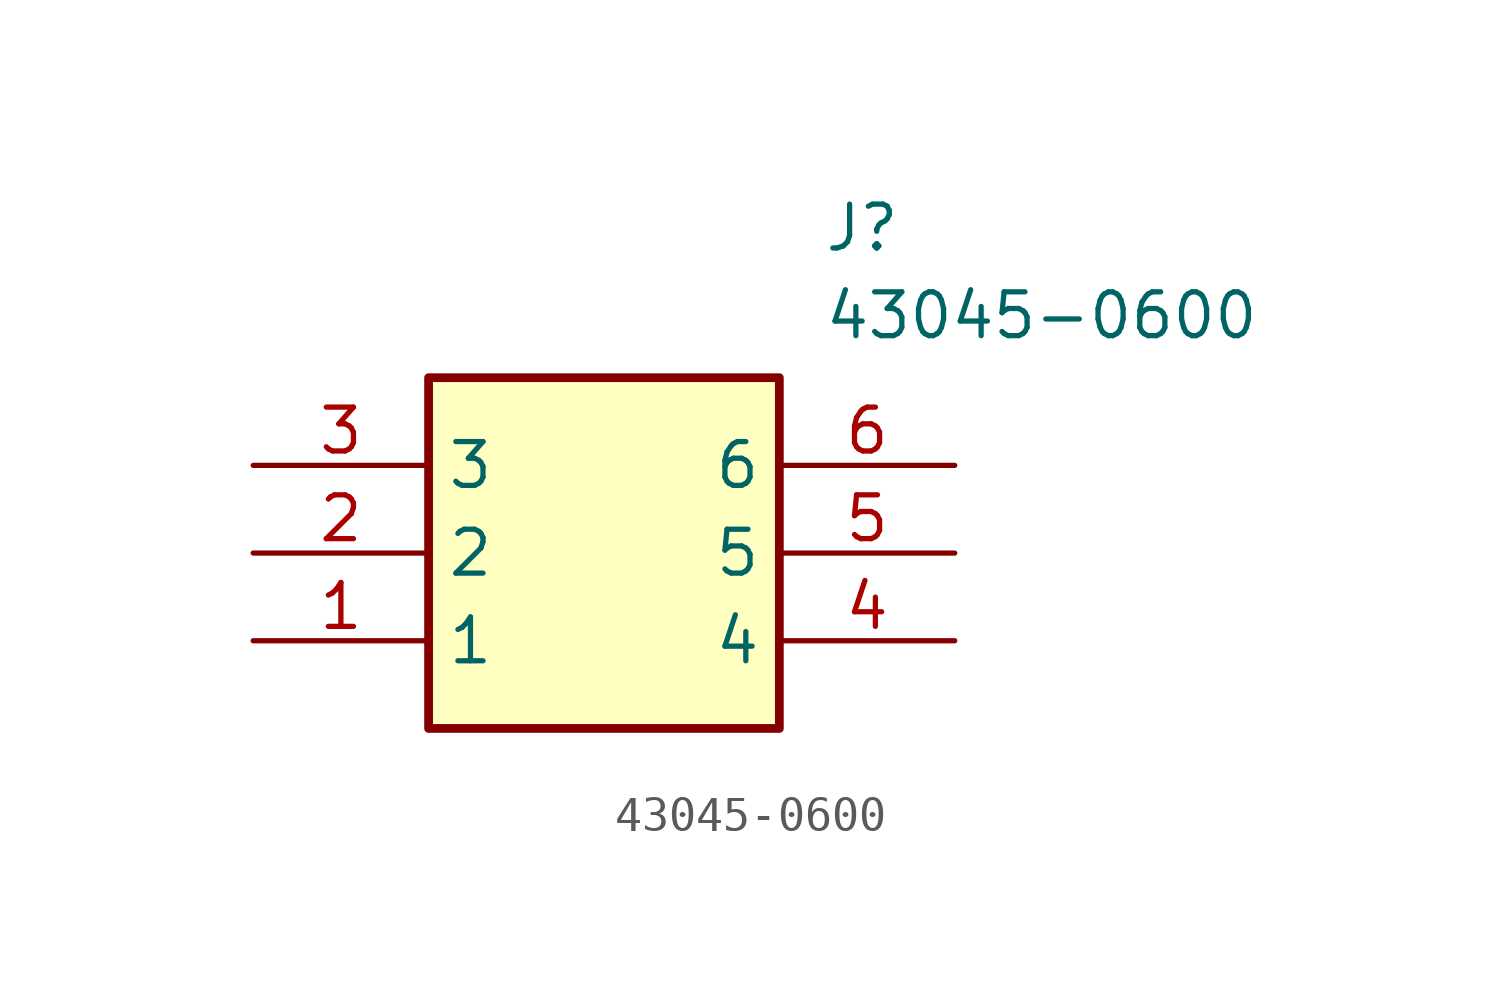
<source format=kicad_sym>
(kicad_symbol_lib
  (version 20211014)
  (generator SamacSys_ECAD_Model)
  (symbol "43045-0600"
    (property "Reference" "J"
      (at 16.51 7.62 0)
      (effects (font (size 1.27 1.27)) (justify left top)))
    (property "Value" "43045-0600"
      (at 16.51 5.08 0)
      (effects (font (size 1.27 1.27)) (justify left top)))
    (rectangle
      (start 5.08 2.54)
      (end 15.24 -7.62)
      (stroke (width 0.254) (type default))
      (fill (type background)))
    (pin passive line
      (at 0 -5.08 0)
      (length 5.08)
      (name "1" (effects (font (size 1.27 1.27))))
      (number "1" (effects (font (size 1.27 1.27)))))
    (pin passive line
      (at 0 -2.54 0)
      (length 5.08)
      (name "2" (effects (font (size 1.27 1.27))))
      (number "2" (effects (font (size 1.27 1.27)))))
    (pin passive line
      (at 0 0 0)
      (length 5.08)
      (name "3" (effects (font (size 1.27 1.27))))
      (number "3" (effects (font (size 1.27 1.27)))))
    (pin passive line
      (at 20.32 -5.08 180)
      (length 5.08)
      (name "4" (effects (font (size 1.27 1.27))))
      (number "4" (effects (font (size 1.27 1.27)))))
    (pin passive line
      (at 20.32 -2.54 180)
      (length 5.08)
      (name "5" (effects (font (size 1.27 1.27))))
      (number "5" (effects (font (size 1.27 1.27)))))
    (pin passive line
      (at 20.32 0 180)
      (length 5.08)
      (name "6" (effects (font (size 1.27 1.27))))
      (number "6" (effects (font (size 1.27 1.27)))))))
</source>
